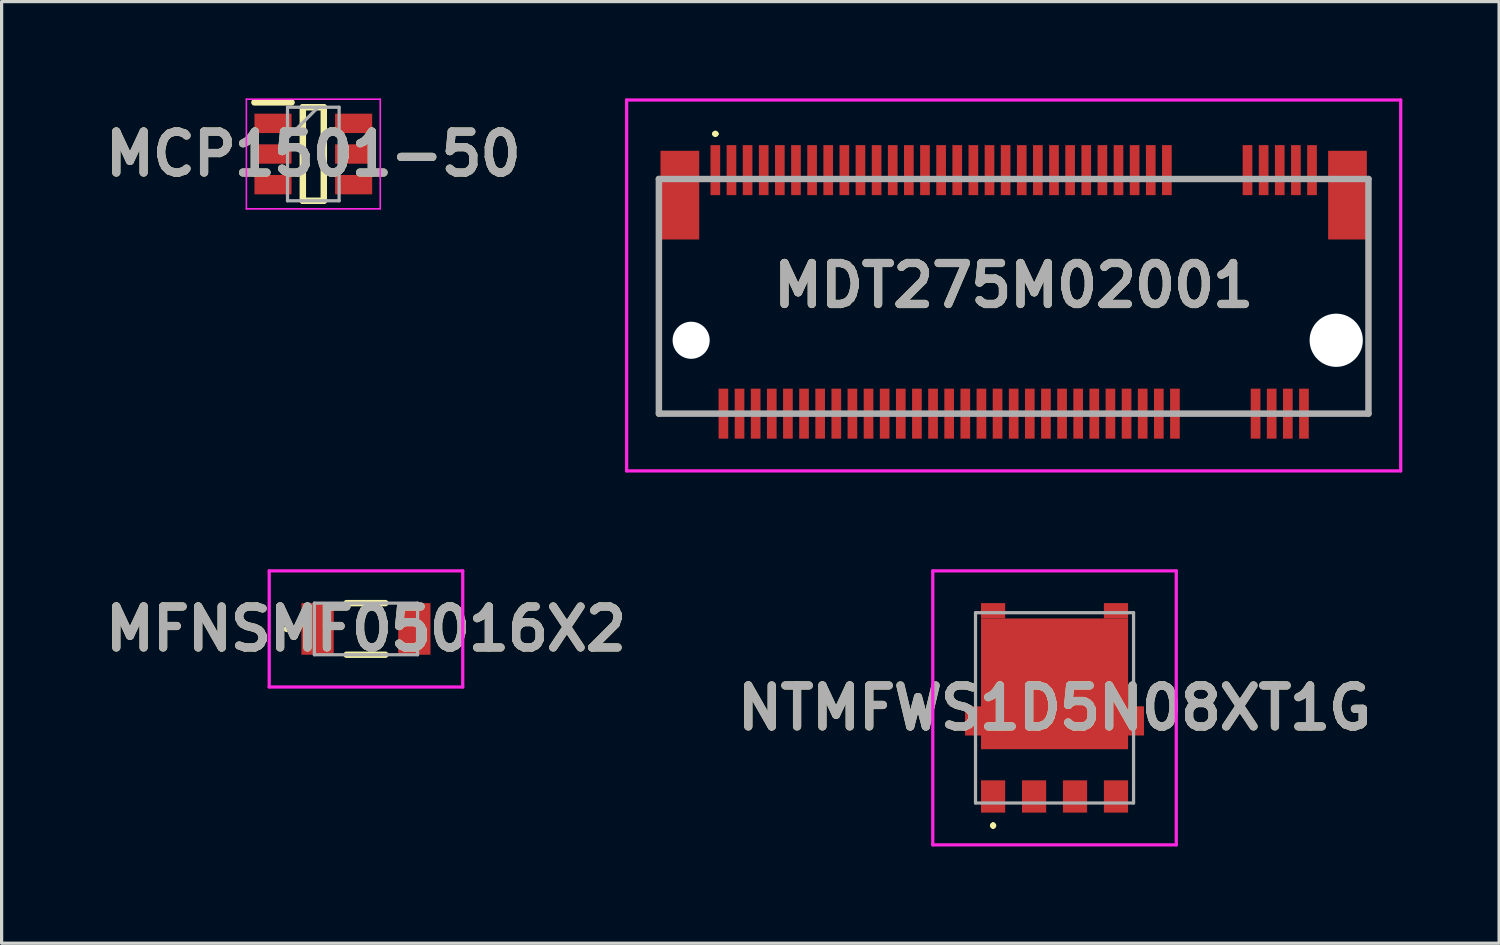
<source format=kicad_pcb>
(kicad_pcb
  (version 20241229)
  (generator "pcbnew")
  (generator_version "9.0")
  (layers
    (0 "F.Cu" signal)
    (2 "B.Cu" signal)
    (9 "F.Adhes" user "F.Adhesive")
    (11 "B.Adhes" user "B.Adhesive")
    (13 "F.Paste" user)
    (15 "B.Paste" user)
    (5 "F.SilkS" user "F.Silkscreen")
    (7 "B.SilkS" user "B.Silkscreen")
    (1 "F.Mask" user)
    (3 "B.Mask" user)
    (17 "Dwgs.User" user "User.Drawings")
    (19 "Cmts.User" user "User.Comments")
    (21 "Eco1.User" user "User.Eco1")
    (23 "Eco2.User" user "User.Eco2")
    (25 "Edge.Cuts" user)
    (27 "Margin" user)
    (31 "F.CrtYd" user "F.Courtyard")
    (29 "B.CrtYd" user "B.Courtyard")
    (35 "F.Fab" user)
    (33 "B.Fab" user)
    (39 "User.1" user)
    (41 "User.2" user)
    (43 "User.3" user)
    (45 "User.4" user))
  (footprint "MFNSMF05016X2"
    (layer "F.Cu")
    (at 8.297 16.45)
    (property "Reference" "MFNSMF05016X2" (at 0 0 0) (layer "F.SilkS") (effects (font (size 1.27 1.27) (thickness 0.254))))
    (attr smd)
    (fp_line (start -2.5 0) (end -2.5 0) (stroke (width 0.1) (type solid)) (layer "F.SilkS"))
    (fp_line (start -2.4 0) (end -2.4 0) (stroke (width 0.1) (type solid)) (layer "F.SilkS"))
    (fp_line (start -0.6 -0.8) (end 0.6 -0.8) (stroke (width 0.2) (type solid)) (layer "F.SilkS"))
    (fp_line (start -0.6 0.8) (end 0.6 0.8) (stroke (width 0.2) (type solid)) (layer "F.SilkS"))
    (fp_arc (start -2.5 0) (mid -2.45 -0.05) (end -2.4 0) (stroke (width 0.1) (type solid)) (layer "F.SilkS"))
    (fp_arc (start -2.4 0) (mid -2.45 0.05) (end -2.5 0) (stroke (width 0.1) (type solid)) (layer "F.SilkS"))
    (fp_line (start -3 -1.8) (end 3 -1.8) (stroke (width 0.1) (type solid)) (layer "F.CrtYd"))
    (fp_line (start -3 1.8) (end -3 -1.8) (stroke (width 0.1) (type solid)) (layer "F.CrtYd"))
    (fp_line (start 3 -1.8) (end 3 1.8) (stroke (width 0.1) (type solid)) (layer "F.CrtYd"))
    (fp_line (start 3 1.8) (end -3 1.8) (stroke (width 0.1) (type solid)) (layer "F.CrtYd"))
    (fp_line (start -1.6 -0.8) (end -1.6 0.8) (stroke (width 0.1) (type solid)) (layer "F.Fab"))
    (fp_line (start -1.6 0.8) (end 1.6 0.8) (stroke (width 0.1) (type solid)) (layer "F.Fab"))
    (fp_line (start 1.6 -0.8) (end -1.6 -0.8) (stroke (width 0.1) (type solid)) (layer "F.Fab"))
    (fp_line (start 1.6 0.8) (end 1.6 -0.8) (stroke (width 0.1) (type solid)) (layer "F.Fab"))
    (fp_text user "${REFERENCE}" (at 0 0 0) (layer "F.Fab") (effects (font (size 1.27 1.27) (thickness 0.254))))
    (pad "1" smd rect (at -1.5 0) (size 1 1.6) (layers "F.Cu" "F.Mask" "F.Paste"))
    (pad "2" smd rect (at 1.5 0) (size 1 1.6) (layers "F.Cu" "F.Mask" "F.Paste")))
  (footprint "MCP1501-50"
    (layer "F.Cu")
    (at 6.664 1.725)
    (property "Reference" "MCP1501-50" (at 0 0 0) (layer "F.SilkS") (effects (font (size 1.27 1.27) (thickness 0.254))))
    (attr smd)
    (fp_line (start -1.825 -1.6) (end -0.675 -1.6) (stroke (width 0.2) (type solid)) (layer "F.SilkS"))
    (fp_line (start -0.325 -1.45) (end 0.325 -1.45) (stroke (width 0.2) (type solid)) (layer "F.SilkS"))
    (fp_line (start -0.325 1.45) (end -0.325 -1.45) (stroke (width 0.2) (type solid)) (layer "F.SilkS"))
    (fp_line (start 0.325 -1.45) (end 0.325 1.45) (stroke (width 0.2) (type solid)) (layer "F.SilkS"))
    (fp_line (start 0.325 1.45) (end -0.325 1.45) (stroke (width 0.2) (type solid)) (layer "F.SilkS"))
    (fp_line (start -2.075 -1.7) (end 2.075 -1.7) (stroke (width 0.05) (type solid)) (layer "F.CrtYd"))
    (fp_line (start -2.075 1.7) (end -2.075 -1.7) (stroke (width 0.05) (type solid)) (layer "F.CrtYd"))
    (fp_line (start 2.075 -1.7) (end 2.075 1.7) (stroke (width 0.05) (type solid)) (layer "F.CrtYd"))
    (fp_line (start 2.075 1.7) (end -2.075 1.7) (stroke (width 0.05) (type solid)) (layer "F.CrtYd"))
    (fp_line (start -0.8 -1.45) (end 0.8 -1.45) (stroke (width 0.1) (type solid)) (layer "F.Fab"))
    (fp_line (start -0.8 -0.5) (end 0.15 -1.45) (stroke (width 0.1) (type solid)) (layer "F.Fab"))
    (fp_line (start -0.8 1.45) (end -0.8 -1.45) (stroke (width 0.1) (type solid)) (layer "F.Fab"))
    (fp_line (start 0.8 -1.45) (end 0.8 1.45) (stroke (width 0.1) (type solid)) (layer "F.Fab"))
    (fp_line (start 0.8 1.45) (end -0.8 1.45) (stroke (width 0.1) (type solid)) (layer "F.Fab"))
    (fp_text user "${REFERENCE}" (at 0 0 0) (layer "F.Fab") (effects (font (size 1.27 1.27) (thickness 0.254))))
    (pad "1" smd rect (at -1.25 -0.95 90) (size 0.6 1.15) (layers "F.Cu" "F.Mask" "F.Paste"))
    (pad "2" smd rect (at -1.25 0 90) (size 0.6 1.15) (layers "F.Cu" "F.Mask" "F.Paste"))
    (pad "3" smd rect (at -1.25 0.95 90) (size 0.6 1.15) (layers "F.Cu" "F.Mask" "F.Paste"))
    (pad "4" smd rect (at 1.25 0.95 90) (size 0.6 1.15) (layers "F.Cu" "F.Mask" "F.Paste"))
    (pad "5" smd rect (at 1.25 0 90) (size 0.6 1.15) (layers "F.Cu" "F.Mask" "F.Paste"))
    (pad "6" smd rect (at 1.25 -0.95 90) (size 0.6 1.15) (layers "F.Cu" "F.Mask" "F.Paste")))
  (footprint "MDT275M02001"
    (layer "F.Cu")
    (at 28.379 7.5)
    (property "Reference" "MDT275M02001" (at 0 -1.7 0) (layer "F.SilkS") (effects (font (size 1.27 1.27) (thickness 0.254))))
    (attr through_hole)
    (fp_line (start -11 -2.75) (end -11 2.275) (stroke (width 0.1) (type solid)) (layer "F.SilkS"))
    (fp_line (start -11 2.275) (end -9.5 2.275) (stroke (width 0.1) (type solid)) (layer "F.SilkS"))
    (fp_line (start -9.3 -6.4) (end -9.3 -6.4) (stroke (width 0.1) (type solid)) (layer "F.SilkS"))
    (fp_line (start -9.2 -6.4) (end -9.2 -6.4) (stroke (width 0.1) (type solid)) (layer "F.SilkS"))
    (fp_line (start 5.25 -5) (end 6.75 -5) (stroke (width 0.1) (type solid)) (layer "F.SilkS"))
    (fp_line (start 5.5 2.275) (end 7 2.275) (stroke (width 0.1) (type solid)) (layer "F.SilkS"))
    (fp_line (start 9.5 2.275) (end 11 2.275) (stroke (width 0.1) (type solid)) (layer "F.SilkS"))
    (fp_line (start 11 2.275) (end 11 -2.75) (stroke (width 0.1) (type solid)) (layer "F.SilkS"))
    (fp_arc (start -9.3 -6.4) (mid -9.25 -6.45) (end -9.2 -6.4) (stroke (width 0.1) (type solid)) (layer "F.SilkS"))
    (fp_arc (start -9.2 -6.4) (mid -9.25 -6.35) (end -9.3 -6.4) (stroke (width 0.1) (type solid)) (layer "F.SilkS"))
    (fp_line (start -12 -7.45) (end 12 -7.45) (stroke (width 0.1) (type solid)) (layer "F.CrtYd"))
    (fp_line (start -12 4.05) (end -12 -7.45) (stroke (width 0.1) (type solid)) (layer "F.CrtYd"))
    (fp_line (start 12 -7.45) (end 12 4.05) (stroke (width 0.1) (type solid)) (layer "F.CrtYd"))
    (fp_line (start 12 4.05) (end -12 4.05) (stroke (width 0.1) (type solid)) (layer "F.CrtYd"))
    (fp_line (start -11 -5) (end 11 -5) (stroke (width 0.2) (type solid)) (layer "F.Fab"))
    (fp_line (start -11 2.275) (end -11 -5) (stroke (width 0.2) (type solid)) (layer "F.Fab"))
    (fp_line (start 11 -5) (end 11 2.275) (stroke (width 0.2) (type solid)) (layer "F.Fab"))
    (fp_line (start 11 2.275) (end -11 2.275) (stroke (width 0.2) (type solid)) (layer "F.Fab"))
    (fp_text user "${REFERENCE}" (at 0 -1.7 0) (layer "F.Fab") (effects (font (size 1.27 1.27) (thickness 0.254))))
    (pad "" np_thru_hole circle (at -10 0) (size 1.15 1.15) (drill 1.15) (layers "*.Cu" "*.Mask"))
    (pad "" np_thru_hole circle (at 10 0) (size 1.65 1.65) (drill 1.65) (layers "*.Cu" "*.Mask"))
    (pad "1" smd rect (at -9.25 -5.275) (size 0.3 1.55) (layers "F.Cu" "F.Mask" "F.Paste"))
    (pad "2" smd rect (at -9 2.275) (size 0.3 1.55) (layers "F.Cu" "F.Mask" "F.Paste"))
    (pad "3" smd rect (at -8.75 -5.275) (size 0.3 1.55) (layers "F.Cu" "F.Mask" "F.Paste"))
    (pad "4" smd rect (at -8.5 2.275) (size 0.3 1.55) (layers "F.Cu" "F.Mask" "F.Paste"))
    (pad "5" smd rect (at -8.25 -5.275) (size 0.3 1.55) (layers "F.Cu" "F.Mask" "F.Paste"))
    (pad "6" smd rect (at -8 2.275) (size 0.3 1.55) (layers "F.Cu" "F.Mask" "F.Paste"))
    (pad "7" smd rect (at -7.75 -5.275) (size 0.3 1.55) (layers "F.Cu" "F.Mask" "F.Paste"))
    (pad "8" smd rect (at -7.5 2.275) (size 0.3 1.55) (layers "F.Cu" "F.Mask" "F.Paste"))
    (pad "9" smd rect (at -7.25 -5.275) (size 0.3 1.55) (layers "F.Cu" "F.Mask" "F.Paste"))
    (pad "10" smd rect (at -7 2.275) (size 0.3 1.55) (layers "F.Cu" "F.Mask" "F.Paste"))
    (pad "11" smd rect (at -6.75 -5.275) (size 0.3 1.55) (layers "F.Cu" "F.Mask" "F.Paste"))
    (pad "12" smd rect (at -6.5 2.275) (size 0.3 1.55) (layers "F.Cu" "F.Mask" "F.Paste"))
    (pad "13" smd rect (at -6.25 -5.275) (size 0.3 1.55) (layers "F.Cu" "F.Mask" "F.Paste"))
    (pad "14" smd rect (at -6 2.275) (size 0.3 1.55) (layers "F.Cu" "F.Mask" "F.Paste"))
    (pad "15" smd rect (at -5.75 -5.275) (size 0.3 1.55) (layers "F.Cu" "F.Mask" "F.Paste"))
    (pad "16" smd rect (at -5.5 2.275) (size 0.3 1.55) (layers "F.Cu" "F.Mask" "F.Paste"))
    (pad "17" smd rect (at -5.25 -5.275) (size 0.3 1.55) (layers "F.Cu" "F.Mask" "F.Paste"))
    (pad "18" smd rect (at -5 2.275) (size 0.3 1.55) (layers "F.Cu" "F.Mask" "F.Paste"))
    (pad "19" smd rect (at -4.75 -5.275) (size 0.3 1.55) (layers "F.Cu" "F.Mask" "F.Paste"))
    (pad "20" smd rect (at -4.5 2.275) (size 0.3 1.55) (layers "F.Cu" "F.Mask" "F.Paste"))
    (pad "21" smd rect (at -4.25 -5.275) (size 0.3 1.55) (layers "F.Cu" "F.Mask" "F.Paste"))
    (pad "22" smd rect (at -4 2.275) (size 0.3 1.55) (layers "F.Cu" "F.Mask" "F.Paste"))
    (pad "23" smd rect (at -3.75 -5.275) (size 0.3 1.55) (layers "F.Cu" "F.Mask" "F.Paste"))
    (pad "24" smd rect (at -3.5 2.275) (size 0.3 1.55) (layers "F.Cu" "F.Mask" "F.Paste"))
    (pad "25" smd rect (at -3.25 -5.275) (size 0.3 1.55) (layers "F.Cu" "F.Mask" "F.Paste"))
    (pad "26" smd rect (at -3 2.275) (size 0.3 1.55) (layers "F.Cu" "F.Mask" "F.Paste"))
    (pad "27" smd rect (at -2.75 -5.275) (size 0.3 1.55) (layers "F.Cu" "F.Mask" "F.Paste"))
    (pad "28" smd rect (at -2.5 2.275) (size 0.3 1.55) (layers "F.Cu" "F.Mask" "F.Paste"))
    (pad "29" smd rect (at -2.25 -5.275) (size 0.3 1.55) (layers "F.Cu" "F.Mask" "F.Paste"))
    (pad "30" smd rect (at -2 2.275) (size 0.3 1.55) (layers "F.Cu" "F.Mask" "F.Paste"))
    (pad "31" smd rect (at -1.75 -5.275) (size 0.3 1.55) (layers "F.Cu" "F.Mask" "F.Paste"))
    (pad "32" smd rect (at -1.5 2.275) (size 0.3 1.55) (layers "F.Cu" "F.Mask" "F.Paste"))
    (pad "33" smd rect (at -1.25 -5.275) (size 0.3 1.55) (layers "F.Cu" "F.Mask" "F.Paste"))
    (pad "34" smd rect (at -1 2.275) (size 0.3 1.55) (layers "F.Cu" "F.Mask" "F.Paste"))
    (pad "35" smd rect (at -0.75 -5.275) (size 0.3 1.55) (layers "F.Cu" "F.Mask" "F.Paste"))
    (pad "36" smd rect (at -0.5 2.275) (size 0.3 1.55) (layers "F.Cu" "F.Mask" "F.Paste"))
    (pad "37" smd rect (at -0.25 -5.275) (size 0.3 1.55) (layers "F.Cu" "F.Mask" "F.Paste"))
    (pad "38" smd rect (at 0 2.275) (size 0.3 1.55) (layers "F.Cu" "F.Mask" "F.Paste"))
    (pad "39" smd rect (at 0.25 -5.275) (size 0.3 1.55) (layers "F.Cu" "F.Mask" "F.Paste"))
    (pad "40" smd rect (at 0.5 2.275) (size 0.3 1.55) (layers "F.Cu" "F.Mask" "F.Paste"))
    (pad "41" smd rect (at 0.75 -5.275) (size 0.3 1.55) (layers "F.Cu" "F.Mask" "F.Paste"))
    (pad "42" smd rect (at 1 2.275) (size 0.3 1.55) (layers "F.Cu" "F.Mask" "F.Paste"))
    (pad "43" smd rect (at 1.25 -5.275) (size 0.3 1.55) (layers "F.Cu" "F.Mask" "F.Paste"))
    (pad "44" smd rect (at 1.5 2.275) (size 0.3 1.55) (layers "F.Cu" "F.Mask" "F.Paste"))
    (pad "45" smd rect (at 1.75 -5.275) (size 0.3 1.55) (layers "F.Cu" "F.Mask" "F.Paste"))
    (pad "46" smd rect (at 2 2.275) (size 0.3 1.55) (layers "F.Cu" "F.Mask" "F.Paste"))
    (pad "47" smd rect (at 2.25 -5.275) (size 0.3 1.55) (layers "F.Cu" "F.Mask" "F.Paste"))
    (pad "48" smd rect (at 2.5 2.275) (size 0.3 1.55) (layers "F.Cu" "F.Mask" "F.Paste"))
    (pad "49" smd rect (at 2.75 -5.275) (size 0.3 1.55) (layers "F.Cu" "F.Mask" "F.Paste"))
    (pad "50" smd rect (at 3 2.275) (size 0.3 1.55) (layers "F.Cu" "F.Mask" "F.Paste"))
    (pad "51" smd rect (at 3.25 -5.275) (size 0.3 1.55) (layers "F.Cu" "F.Mask" "F.Paste"))
    (pad "52" smd rect (at 3.5 2.275) (size 0.3 1.55) (layers "F.Cu" "F.Mask" "F.Paste"))
    (pad "53" smd rect (at 3.75 -5.275) (size 0.3 1.55) (layers "F.Cu" "F.Mask" "F.Paste"))
    (pad "54" smd rect (at 4 2.275) (size 0.3 1.55) (layers "F.Cu" "F.Mask" "F.Paste"))
    (pad "55" smd rect (at 4.25 -5.275) (size 0.3 1.55) (layers "F.Cu" "F.Mask" "F.Paste"))
    (pad "56" smd rect (at 4.5 2.275) (size 0.3 1.55) (layers "F.Cu" "F.Mask" "F.Paste"))
    (pad "57" smd rect (at 4.75 -5.275) (size 0.3 1.55) (layers "F.Cu" "F.Mask" "F.Paste"))
    (pad "58" smd rect (at 5 2.275) (size 0.3 1.55) (layers "F.Cu" "F.Mask" "F.Paste"))
    (pad "67" smd rect (at 7.25 -5.275) (size 0.3 1.55) (layers "F.Cu" "F.Mask" "F.Paste"))
    (pad "68" smd rect (at 7.5 2.275) (size 0.3 1.55) (layers "F.Cu" "F.Mask" "F.Paste"))
    (pad "69" smd rect (at 7.75 -5.275) (size 0.3 1.55) (layers "F.Cu" "F.Mask" "F.Paste"))
    (pad "70" smd rect (at 8 2.275) (size 0.3 1.55) (layers "F.Cu" "F.Mask" "F.Paste"))
    (pad "71" smd rect (at 8.25 -5.275) (size 0.3 1.55) (layers "F.Cu" "F.Mask" "F.Paste"))
    (pad "72" smd rect (at 8.5 2.275) (size 0.3 1.55) (layers "F.Cu" "F.Mask" "F.Paste"))
    (pad "73" smd rect (at 8.75 -5.275) (size 0.3 1.55) (layers "F.Cu" "F.Mask" "F.Paste"))
    (pad "74" smd rect (at 9 2.275) (size 0.3 1.55) (layers "F.Cu" "F.Mask" "F.Paste"))
    (pad "75" smd rect (at 9.25 -5.275) (size 0.3 1.55) (layers "F.Cu" "F.Mask" "F.Paste"))
    (pad "MP1" smd rect (at -10.35 -4.5) (size 1.2 2.75) (layers "F.Cu" "F.Mask" "F.Paste"))
    (pad "MP2" smd rect (at 10.35 -4.5) (size 1.2 2.75) (layers "F.Cu" "F.Mask" "F.Paste")))
  (footprint "NTMFWS1D5N08XT1G"
    (layer "F.Cu")
    (at 29.646 18.897)
    (property "Reference" "NTMFWS1D5N08XT1G" (at 0 0.001 0) (layer "F.SilkS") (effects (font (size 1.27 1.27) (thickness 0.254))))
    (attr smd)
    (fp_line (start -1.905 3.6) (end -1.905 3.6) (stroke (width 0.1) (type solid)) (layer "F.SilkS"))
    (fp_line (start -1.905 3.7) (end -1.905 3.7) (stroke (width 0.1) (type solid)) (layer "F.SilkS"))
    (fp_arc (start -1.905 3.6) (mid -1.855 3.65) (end -1.905 3.7) (stroke (width 0.1) (type solid)) (layer "F.SilkS"))
    (fp_arc (start -1.905 3.7) (mid -1.955 3.65) (end -1.905 3.6) (stroke (width 0.1) (type solid)) (layer "F.SilkS"))
    (fp_line (start -3.775 -4.247) (end 3.774 -4.247) (stroke (width 0.1) (type solid)) (layer "F.CrtYd"))
    (fp_line (start -3.775 4.248) (end -3.775 -4.247) (stroke (width 0.1) (type solid)) (layer "F.CrtYd"))
    (fp_line (start 3.774 -4.247) (end 3.774 4.248) (stroke (width 0.1) (type solid)) (layer "F.CrtYd"))
    (fp_line (start 3.774 4.248) (end -3.775 4.248) (stroke (width 0.1) (type solid)) (layer "F.CrtYd"))
    (fp_line (start -2.45 -2.95) (end -2.45 2.95) (stroke (width 0.1) (type solid)) (layer "F.Fab"))
    (fp_line (start -2.45 2.95) (end 2.45 2.95) (stroke (width 0.1) (type solid)) (layer "F.Fab"))
    (fp_line (start 2.45 -2.95) (end -2.45 -2.95) (stroke (width 0.1) (type solid)) (layer "F.Fab"))
    (fp_line (start 2.45 2.95) (end 2.45 -2.95) (stroke (width 0.1) (type solid)) (layer "F.Fab"))
    (fp_text user "${REFERENCE}" (at 0 0.001 0) (layer "F.Fab") (effects (font (size 1.27 1.27) (thickness 0.254))))
    (pad "1" smd rect (at -1.905 2.748) (size 0.75 1) (layers "F.Cu" "F.Mask" "F.Paste"))
    (pad "2" smd rect (at -0.635 2.748) (size 0.75 1) (layers "F.Cu" "F.Mask" "F.Paste"))
    (pad "3" smd rect (at 0.635 2.748) (size 0.75 1) (layers "F.Cu" "F.Mask" "F.Paste"))
    (pad "4" smd rect (at 1.905 2.748) (size 0.75 1) (layers "F.Cu" "F.Mask" "F.Paste"))
    (pad "5" smd rect (at 0 -0.745 90) (size 4.055 4.56) (layers "F.Cu" "F.Mask" "F.Paste"))
    (pad "6" smd rect (at -1.905 -3.01 90) (size 0.475 0.75) (layers "F.Cu" "F.Mask" "F.Paste"))
    (pad "7" smd rect (at -2.527 0.405) (size 0.495 0.905) (layers "F.Cu" "F.Mask" "F.Paste"))
    (pad "8" smd rect (at 2.527 0.405) (size 0.495 0.905) (layers "F.Cu" "F.Mask" "F.Paste"))
    (pad "9" smd rect (at 1.905 -3.01 90) (size 0.475 0.75) (layers "F.Cu" "F.Mask" "F.Paste")))
  (gr_rect
    (start -3 -3)
    (end 43.429 26.195)
    (stroke (width 0.1) (type default))
    (fill no)
    (layer "Edge.Cuts")))
</source>
